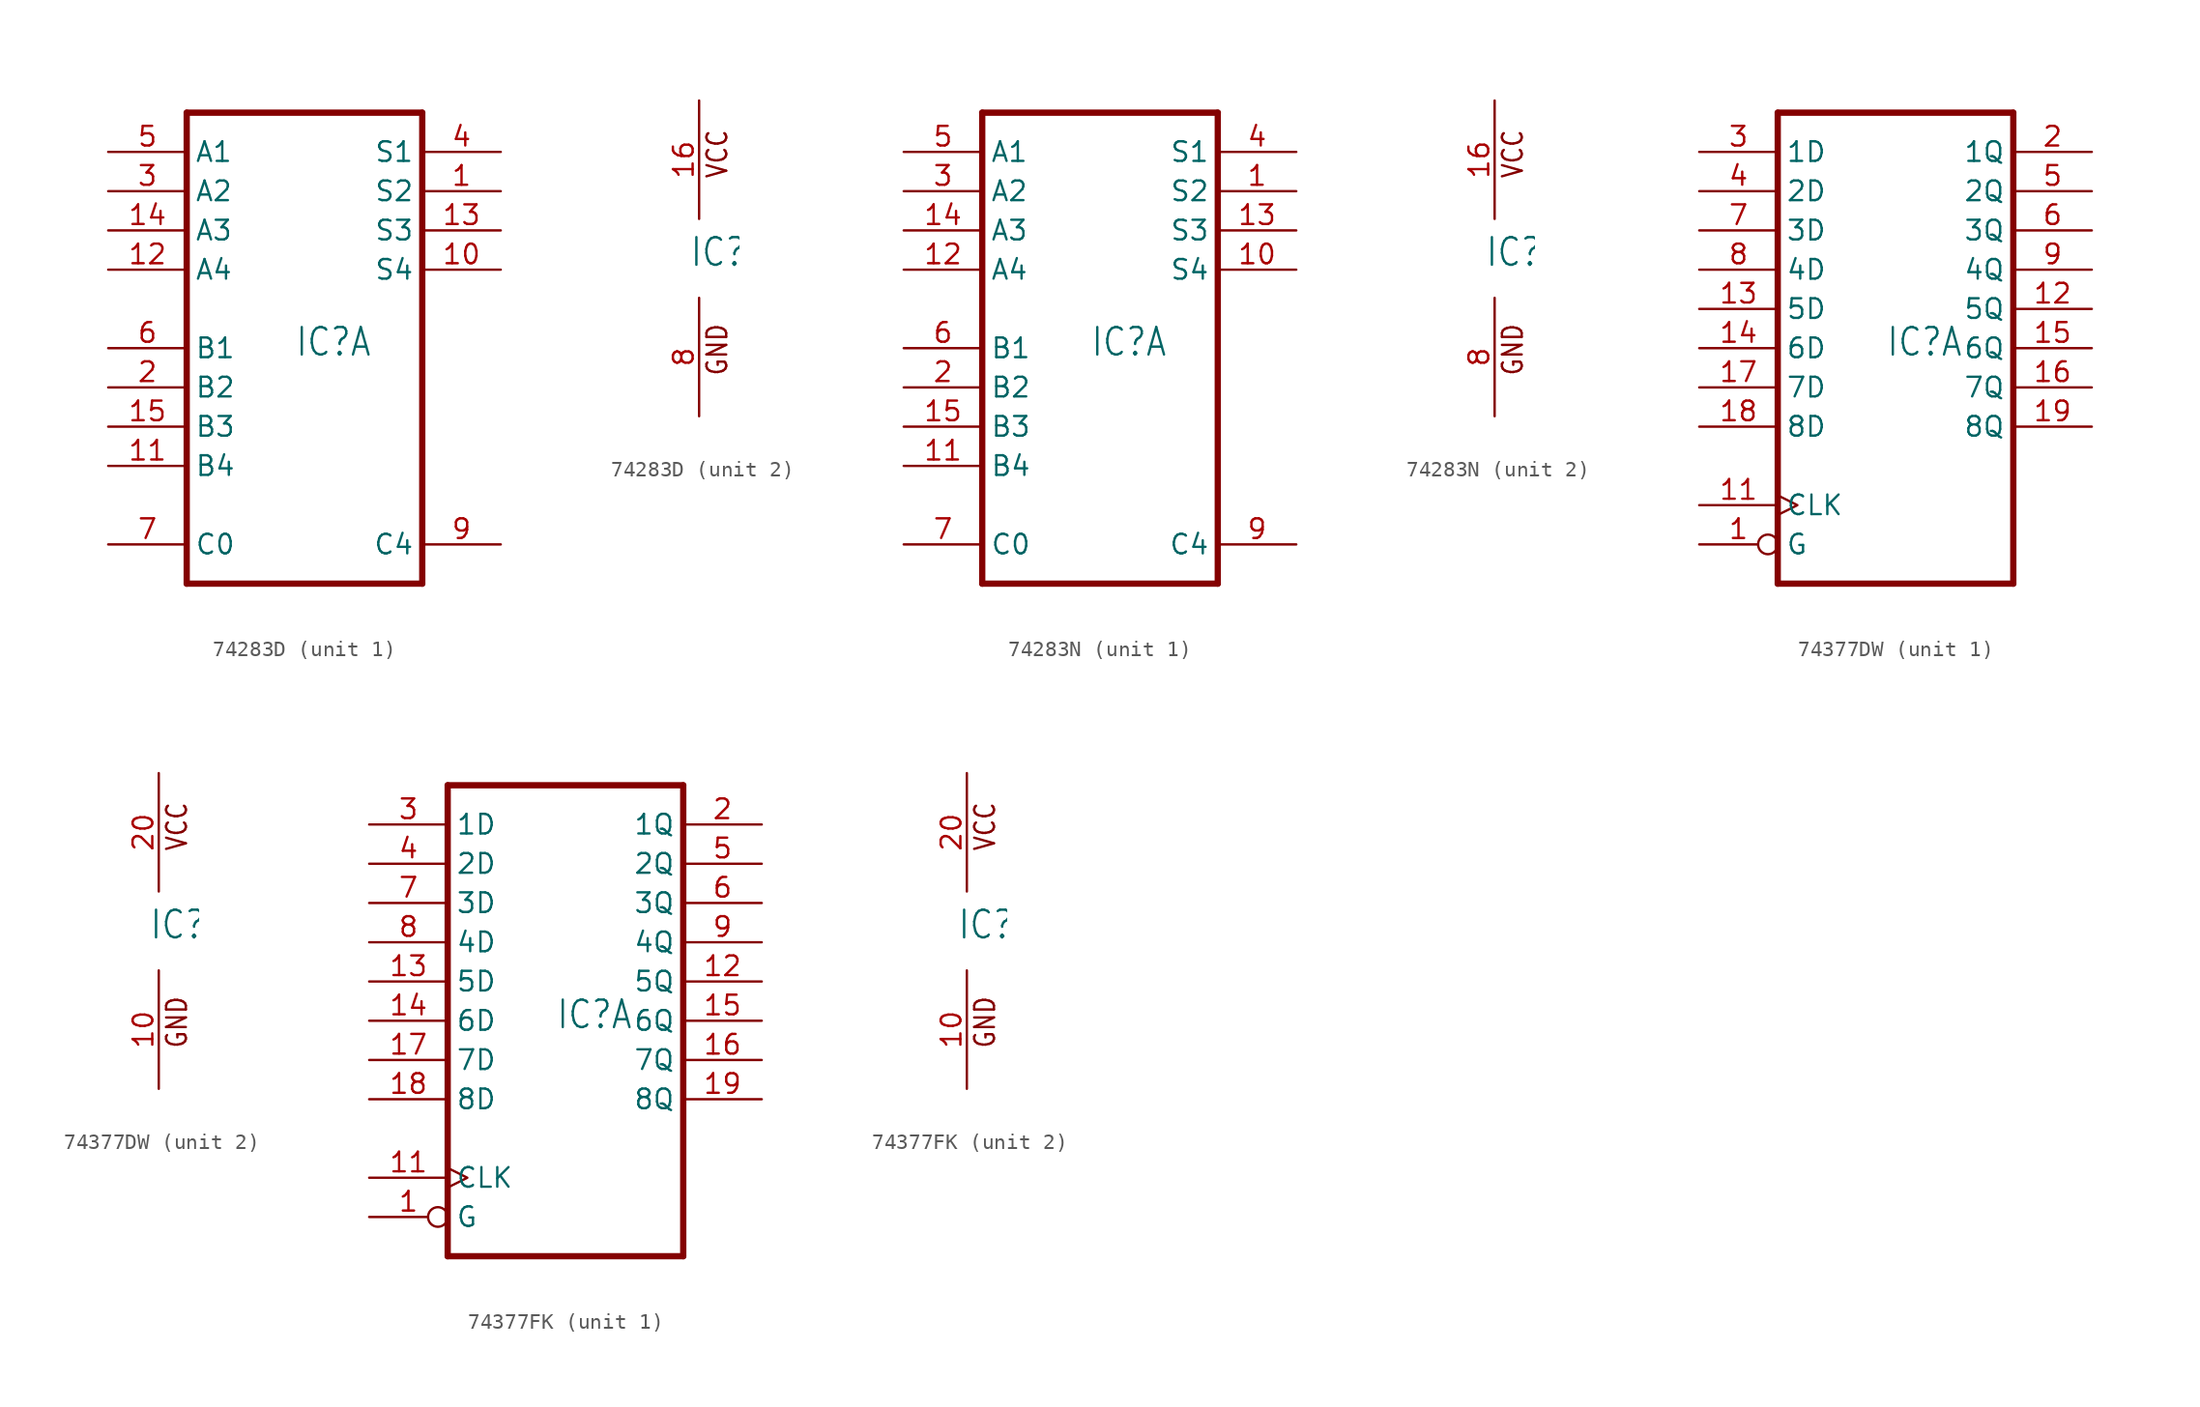
<source format=kicad_sym>
(kicad_symbol_lib
  (version 20211014)
  (generator kicad_symbol_editor)
  (symbol "74283D"
    (property "Reference" "IC"
      (at -0.635 -0.635 0)
      (effects (font (size 1.778 1.511)) (justify left bottom)))
    (property "ki_locked" ""
      (at 0 0 0)
      (effects (font (size 1.27 1.27))))
    (symbol "74283D_1_0"
      (polyline (pts (xy -7.62 -15.24) (xy 7.62 -15.24)) (stroke (width 0.406) (type default) (color 0 0 0 0)) (fill (type none)))
      (polyline (pts (xy -7.62 15.24) (xy -7.62 -15.24)) (stroke (width 0.406) (type default) (color 0 0 0 0)) (fill (type none)))
      (polyline (pts (xy 7.62 -15.24) (xy 7.62 15.24)) (stroke (width 0.406) (type default) (color 0 0 0 0)) (fill (type none)))
      (polyline (pts (xy 7.62 15.24) (xy -7.62 15.24)) (stroke (width 0.406) (type default) (color 0 0 0 0)) (fill (type none)))
      (pin output line (at 12.7 10.16 180) (length 5.08) (name "S2" (effects (font (size 1.27 1.27)))) (number "1" (effects (font (size 1.27 1.27)))))
      (pin output line (at 12.7 5.08 180) (length 5.08) (name "S4" (effects (font (size 1.27 1.27)))) (number "10" (effects (font (size 1.27 1.27)))))
      (pin input line (at -12.7 -7.62 0) (length 5.08) (name "B4" (effects (font (size 1.27 1.27)))) (number "11" (effects (font (size 1.27 1.27)))))
      (pin input line (at -12.7 5.08 0) (length 5.08) (name "A4" (effects (font (size 1.27 1.27)))) (number "12" (effects (font (size 1.27 1.27)))))
      (pin output line (at 12.7 7.62 180) (length 5.08) (name "S3" (effects (font (size 1.27 1.27)))) (number "13" (effects (font (size 1.27 1.27)))))
      (pin input line (at -12.7 7.62 0) (length 5.08) (name "A3" (effects (font (size 1.27 1.27)))) (number "14" (effects (font (size 1.27 1.27)))))
      (pin input line (at -12.7 -5.08 0) (length 5.08) (name "B3" (effects (font (size 1.27 1.27)))) (number "15" (effects (font (size 1.27 1.27)))))
      (pin input line (at -12.7 -2.54 0) (length 5.08) (name "B2" (effects (font (size 1.27 1.27)))) (number "2" (effects (font (size 1.27 1.27)))))
      (pin input line (at -12.7 10.16 0) (length 5.08) (name "A2" (effects (font (size 1.27 1.27)))) (number "3" (effects (font (size 1.27 1.27)))))
      (pin output line (at 12.7 12.7 180) (length 5.08) (name "S1" (effects (font (size 1.27 1.27)))) (number "4" (effects (font (size 1.27 1.27)))))
      (pin input line (at -12.7 12.7 0) (length 5.08) (name "A1" (effects (font (size 1.27 1.27)))) (number "5" (effects (font (size 1.27 1.27)))))
      (pin input line (at -12.7 0 0) (length 5.08) (name "B1" (effects (font (size 1.27 1.27)))) (number "6" (effects (font (size 1.27 1.27)))))
      (pin input line (at -12.7 -12.7 0) (length 5.08) (name "C0" (effects (font (size 1.27 1.27)))) (number "7" (effects (font (size 1.27 1.27)))))
      (pin output line (at 12.7 -12.7 180) (length 5.08) (name "C4" (effects (font (size 1.27 1.27)))) (number "9" (effects (font (size 1.27 1.27))))))
    (symbol "74283D_2_0"
      (text "GND" (at 1.905 -7.62 900) (effects (font (size 1.27 1.079)) (justify left bottom)))
      (text "VCC" (at 1.905 5.08 900) (effects (font (size 1.27 1.079)) (justify left bottom)))
      (pin power_in line (at 0 10.16 270) (length 7.62) (name "VCC" (effects (font (size 0 0)))) (number "16" (effects (font (size 1.27 1.27)))))
      (pin power_in line (at 0 -10.16 90) (length 7.62) (name "GND" (effects (font (size 0 0)))) (number "8" (effects (font (size 1.27 1.27)))))))
  (symbol "74283N"
    (property "Reference" "IC"
      (at -0.635 -0.635 0)
      (effects (font (size 1.778 1.511)) (justify left bottom)))
    (property "ki_locked" ""
      (at 0 0 0)
      (effects (font (size 1.27 1.27))))
    (symbol "74283N_1_0"
      (polyline (pts (xy -7.62 -15.24) (xy 7.62 -15.24)) (stroke (width 0.406) (type default) (color 0 0 0 0)) (fill (type none)))
      (polyline (pts (xy -7.62 15.24) (xy -7.62 -15.24)) (stroke (width 0.406) (type default) (color 0 0 0 0)) (fill (type none)))
      (polyline (pts (xy 7.62 -15.24) (xy 7.62 15.24)) (stroke (width 0.406) (type default) (color 0 0 0 0)) (fill (type none)))
      (polyline (pts (xy 7.62 15.24) (xy -7.62 15.24)) (stroke (width 0.406) (type default) (color 0 0 0 0)) (fill (type none)))
      (pin output line (at 12.7 10.16 180) (length 5.08) (name "S2" (effects (font (size 1.27 1.27)))) (number "1" (effects (font (size 1.27 1.27)))))
      (pin output line (at 12.7 5.08 180) (length 5.08) (name "S4" (effects (font (size 1.27 1.27)))) (number "10" (effects (font (size 1.27 1.27)))))
      (pin input line (at -12.7 -7.62 0) (length 5.08) (name "B4" (effects (font (size 1.27 1.27)))) (number "11" (effects (font (size 1.27 1.27)))))
      (pin input line (at -12.7 5.08 0) (length 5.08) (name "A4" (effects (font (size 1.27 1.27)))) (number "12" (effects (font (size 1.27 1.27)))))
      (pin output line (at 12.7 7.62 180) (length 5.08) (name "S3" (effects (font (size 1.27 1.27)))) (number "13" (effects (font (size 1.27 1.27)))))
      (pin input line (at -12.7 7.62 0) (length 5.08) (name "A3" (effects (font (size 1.27 1.27)))) (number "14" (effects (font (size 1.27 1.27)))))
      (pin input line (at -12.7 -5.08 0) (length 5.08) (name "B3" (effects (font (size 1.27 1.27)))) (number "15" (effects (font (size 1.27 1.27)))))
      (pin input line (at -12.7 -2.54 0) (length 5.08) (name "B2" (effects (font (size 1.27 1.27)))) (number "2" (effects (font (size 1.27 1.27)))))
      (pin input line (at -12.7 10.16 0) (length 5.08) (name "A2" (effects (font (size 1.27 1.27)))) (number "3" (effects (font (size 1.27 1.27)))))
      (pin output line (at 12.7 12.7 180) (length 5.08) (name "S1" (effects (font (size 1.27 1.27)))) (number "4" (effects (font (size 1.27 1.27)))))
      (pin input line (at -12.7 12.7 0) (length 5.08) (name "A1" (effects (font (size 1.27 1.27)))) (number "5" (effects (font (size 1.27 1.27)))))
      (pin input line (at -12.7 0 0) (length 5.08) (name "B1" (effects (font (size 1.27 1.27)))) (number "6" (effects (font (size 1.27 1.27)))))
      (pin input line (at -12.7 -12.7 0) (length 5.08) (name "C0" (effects (font (size 1.27 1.27)))) (number "7" (effects (font (size 1.27 1.27)))))
      (pin output line (at 12.7 -12.7 180) (length 5.08) (name "C4" (effects (font (size 1.27 1.27)))) (number "9" (effects (font (size 1.27 1.27))))))
    (symbol "74283N_2_0"
      (text "GND" (at 1.905 -7.62 900) (effects (font (size 1.27 1.079)) (justify left bottom)))
      (text "VCC" (at 1.905 5.08 900) (effects (font (size 1.27 1.079)) (justify left bottom)))
      (pin power_in line (at 0 10.16 270) (length 7.62) (name "VCC" (effects (font (size 0 0)))) (number "16" (effects (font (size 1.27 1.27)))))
      (pin power_in line (at 0 -10.16 90) (length 7.62) (name "GND" (effects (font (size 0 0)))) (number "8" (effects (font (size 1.27 1.27)))))))
  (symbol "74377DW"
    (property "Reference" "IC"
      (at -0.635 -0.635 0)
      (effects (font (size 1.778 1.511)) (justify left bottom)))
    (property "ki_locked" ""
      (at 0 0 0)
      (effects (font (size 1.27 1.27))))
    (symbol "74377DW_1_0"
      (polyline (pts (xy -7.62 -15.24) (xy 7.62 -15.24)) (stroke (width 0.406) (type default) (color 0 0 0 0)) (fill (type none)))
      (polyline (pts (xy -7.62 15.24) (xy -7.62 -15.24)) (stroke (width 0.406) (type default) (color 0 0 0 0)) (fill (type none)))
      (polyline (pts (xy 7.62 -15.24) (xy 7.62 15.24)) (stroke (width 0.406) (type default) (color 0 0 0 0)) (fill (type none)))
      (polyline (pts (xy 7.62 15.24) (xy -7.62 15.24)) (stroke (width 0.406) (type default) (color 0 0 0 0)) (fill (type none)))
      (pin input inverted (at -12.7 -12.7 0) (length 5.08) (name "G" (effects (font (size 1.27 1.27)))) (number "1" (effects (font (size 1.27 1.27)))))
      (pin input clock (at -12.7 -10.16 0) (length 5.08) (name "CLK" (effects (font (size 1.27 1.27)))) (number "11" (effects (font (size 1.27 1.27)))))
      (pin output line (at 12.7 2.54 180) (length 5.08) (name "5Q" (effects (font (size 1.27 1.27)))) (number "12" (effects (font (size 1.27 1.27)))))
      (pin input line (at -12.7 2.54 0) (length 5.08) (name "5D" (effects (font (size 1.27 1.27)))) (number "13" (effects (font (size 1.27 1.27)))))
      (pin input line (at -12.7 0 0) (length 5.08) (name "6D" (effects (font (size 1.27 1.27)))) (number "14" (effects (font (size 1.27 1.27)))))
      (pin output line (at 12.7 0 180) (length 5.08) (name "6Q" (effects (font (size 1.27 1.27)))) (number "15" (effects (font (size 1.27 1.27)))))
      (pin output line (at 12.7 -2.54 180) (length 5.08) (name "7Q" (effects (font (size 1.27 1.27)))) (number "16" (effects (font (size 1.27 1.27)))))
      (pin input line (at -12.7 -2.54 0) (length 5.08) (name "7D" (effects (font (size 1.27 1.27)))) (number "17" (effects (font (size 1.27 1.27)))))
      (pin input line (at -12.7 -5.08 0) (length 5.08) (name "8D" (effects (font (size 1.27 1.27)))) (number "18" (effects (font (size 1.27 1.27)))))
      (pin output line (at 12.7 -5.08 180) (length 5.08) (name "8Q" (effects (font (size 1.27 1.27)))) (number "19" (effects (font (size 1.27 1.27)))))
      (pin output line (at 12.7 12.7 180) (length 5.08) (name "1Q" (effects (font (size 1.27 1.27)))) (number "2" (effects (font (size 1.27 1.27)))))
      (pin input line (at -12.7 12.7 0) (length 5.08) (name "1D" (effects (font (size 1.27 1.27)))) (number "3" (effects (font (size 1.27 1.27)))))
      (pin input line (at -12.7 10.16 0) (length 5.08) (name "2D" (effects (font (size 1.27 1.27)))) (number "4" (effects (font (size 1.27 1.27)))))
      (pin output line (at 12.7 10.16 180) (length 5.08) (name "2Q" (effects (font (size 1.27 1.27)))) (number "5" (effects (font (size 1.27 1.27)))))
      (pin output line (at 12.7 7.62 180) (length 5.08) (name "3Q" (effects (font (size 1.27 1.27)))) (number "6" (effects (font (size 1.27 1.27)))))
      (pin input line (at -12.7 7.62 0) (length 5.08) (name "3D" (effects (font (size 1.27 1.27)))) (number "7" (effects (font (size 1.27 1.27)))))
      (pin input line (at -12.7 5.08 0) (length 5.08) (name "4D" (effects (font (size 1.27 1.27)))) (number "8" (effects (font (size 1.27 1.27)))))
      (pin output line (at 12.7 5.08 180) (length 5.08) (name "4Q" (effects (font (size 1.27 1.27)))) (number "9" (effects (font (size 1.27 1.27))))))
    (symbol "74377DW_2_0"
      (text "GND" (at 1.905 -7.62 900) (effects (font (size 1.27 1.079)) (justify left bottom)))
      (text "VCC" (at 1.905 5.08 900) (effects (font (size 1.27 1.079)) (justify left bottom)))
      (pin power_in line (at 0 -10.16 90) (length 7.62) (name "GND" (effects (font (size 0 0)))) (number "10" (effects (font (size 1.27 1.27)))))
      (pin power_in line (at 0 10.16 270) (length 7.62) (name "VCC" (effects (font (size 0 0)))) (number "20" (effects (font (size 1.27 1.27)))))))
  (symbol "74377FK"
    (property "Reference" "IC"
      (at -0.635 -0.635 0)
      (effects (font (size 1.778 1.511)) (justify left bottom)))
    (property "ki_locked" ""
      (at 0 0 0)
      (effects (font (size 1.27 1.27))))
    (symbol "74377FK_1_0"
      (polyline (pts (xy -7.62 -15.24) (xy 7.62 -15.24)) (stroke (width 0.406) (type default) (color 0 0 0 0)) (fill (type none)))
      (polyline (pts (xy -7.62 15.24) (xy -7.62 -15.24)) (stroke (width 0.406) (type default) (color 0 0 0 0)) (fill (type none)))
      (polyline (pts (xy 7.62 -15.24) (xy 7.62 15.24)) (stroke (width 0.406) (type default) (color 0 0 0 0)) (fill (type none)))
      (polyline (pts (xy 7.62 15.24) (xy -7.62 15.24)) (stroke (width 0.406) (type default) (color 0 0 0 0)) (fill (type none)))
      (pin input inverted (at -12.7 -12.7 0) (length 5.08) (name "G" (effects (font (size 1.27 1.27)))) (number "1" (effects (font (size 1.27 1.27)))))
      (pin input clock (at -12.7 -10.16 0) (length 5.08) (name "CLK" (effects (font (size 1.27 1.27)))) (number "11" (effects (font (size 1.27 1.27)))))
      (pin output line (at 12.7 2.54 180) (length 5.08) (name "5Q" (effects (font (size 1.27 1.27)))) (number "12" (effects (font (size 1.27 1.27)))))
      (pin input line (at -12.7 2.54 0) (length 5.08) (name "5D" (effects (font (size 1.27 1.27)))) (number "13" (effects (font (size 1.27 1.27)))))
      (pin input line (at -12.7 0 0) (length 5.08) (name "6D" (effects (font (size 1.27 1.27)))) (number "14" (effects (font (size 1.27 1.27)))))
      (pin output line (at 12.7 0 180) (length 5.08) (name "6Q" (effects (font (size 1.27 1.27)))) (number "15" (effects (font (size 1.27 1.27)))))
      (pin output line (at 12.7 -2.54 180) (length 5.08) (name "7Q" (effects (font (size 1.27 1.27)))) (number "16" (effects (font (size 1.27 1.27)))))
      (pin input line (at -12.7 -2.54 0) (length 5.08) (name "7D" (effects (font (size 1.27 1.27)))) (number "17" (effects (font (size 1.27 1.27)))))
      (pin input line (at -12.7 -5.08 0) (length 5.08) (name "8D" (effects (font (size 1.27 1.27)))) (number "18" (effects (font (size 1.27 1.27)))))
      (pin output line (at 12.7 -5.08 180) (length 5.08) (name "8Q" (effects (font (size 1.27 1.27)))) (number "19" (effects (font (size 1.27 1.27)))))
      (pin output line (at 12.7 12.7 180) (length 5.08) (name "1Q" (effects (font (size 1.27 1.27)))) (number "2" (effects (font (size 1.27 1.27)))))
      (pin input line (at -12.7 12.7 0) (length 5.08) (name "1D" (effects (font (size 1.27 1.27)))) (number "3" (effects (font (size 1.27 1.27)))))
      (pin input line (at -12.7 10.16 0) (length 5.08) (name "2D" (effects (font (size 1.27 1.27)))) (number "4" (effects (font (size 1.27 1.27)))))
      (pin output line (at 12.7 10.16 180) (length 5.08) (name "2Q" (effects (font (size 1.27 1.27)))) (number "5" (effects (font (size 1.27 1.27)))))
      (pin output line (at 12.7 7.62 180) (length 5.08) (name "3Q" (effects (font (size 1.27 1.27)))) (number "6" (effects (font (size 1.27 1.27)))))
      (pin input line (at -12.7 7.62 0) (length 5.08) (name "3D" (effects (font (size 1.27 1.27)))) (number "7" (effects (font (size 1.27 1.27)))))
      (pin input line (at -12.7 5.08 0) (length 5.08) (name "4D" (effects (font (size 1.27 1.27)))) (number "8" (effects (font (size 1.27 1.27)))))
      (pin output line (at 12.7 5.08 180) (length 5.08) (name "4Q" (effects (font (size 1.27 1.27)))) (number "9" (effects (font (size 1.27 1.27))))))
    (symbol "74377FK_2_0"
      (text "GND" (at 1.905 -7.62 900) (effects (font (size 1.27 1.079)) (justify left bottom)))
      (text "VCC" (at 1.905 5.08 900) (effects (font (size 1.27 1.079)) (justify left bottom)))
      (pin power_in line (at 0 -10.16 90) (length 7.62) (name "GND" (effects (font (size 0 0)))) (number "10" (effects (font (size 1.27 1.27)))))
      (pin power_in line (at 0 10.16 270) (length 7.62) (name "VCC" (effects (font (size 0 0)))) (number "20" (effects (font (size 1.27 1.27))))))))
</source>
